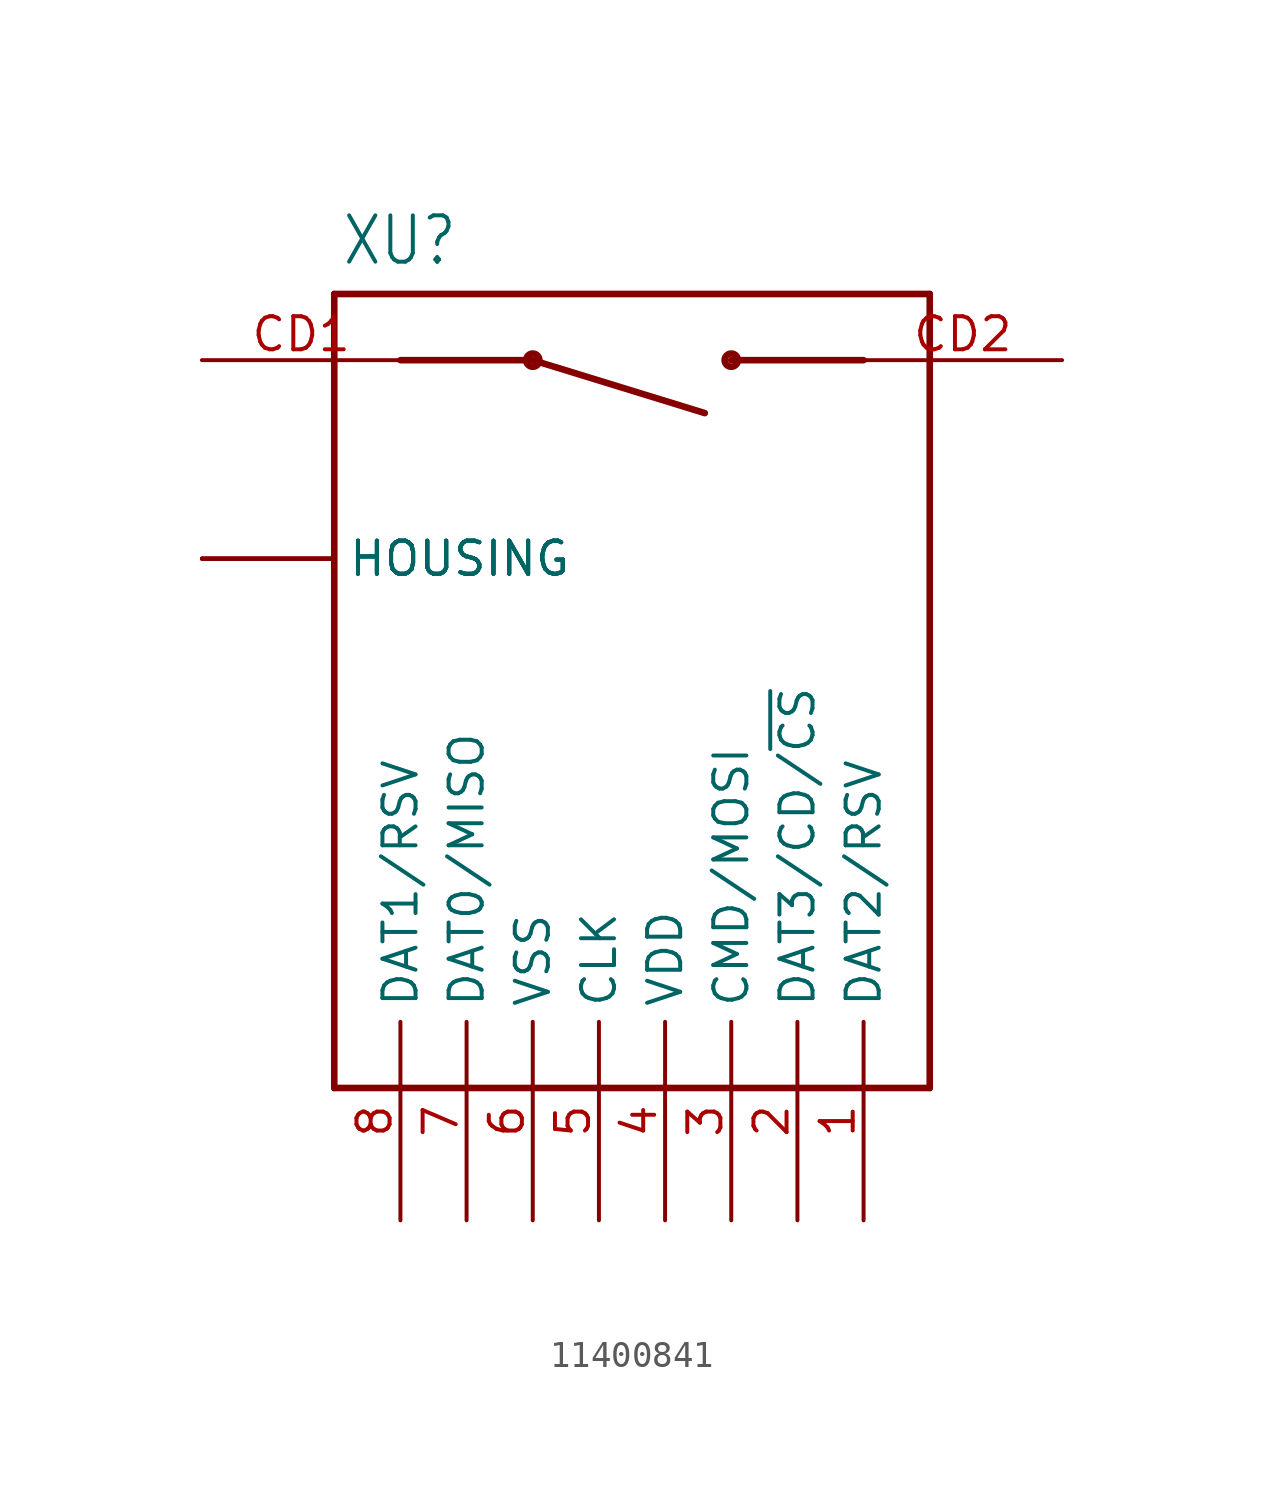
<source format=kicad_sym>
(kicad_symbol_lib
  (version 20231120)
  (generator "kicad_symbol_editor")
  (generator_version "8.0")
  (symbol "11400841"
    (property "Reference" "XU"
      (at -9.906 13.716 0)
      (effects (font (size 1.778 1.511)) (justify left bottom)))
    (property "Value" ""
      (at 1.27 13.716 0)
      (effects (font (size 1.778 1.511)) (justify left bottom)))
    (property "ki_locked" ""
      (at 0 0 0)
      (effects (font (size 1.27 1.27))))
    (symbol "11400841_1_0"
      (circle (center -2.54 10.16) (radius 0.254) (stroke (width 0.254) (type solid)) (fill (type none)))
      (polyline (pts (xy -10.16 -17.78) (xy 12.7 -17.78)) (stroke (width 0.254) (type solid)) (fill (type none)))
      (polyline (pts (xy -10.16 12.7) (xy -10.16 -17.78)) (stroke (width 0.254) (type solid)) (fill (type none)))
      (polyline (pts (xy -7.62 10.16) (xy -2.54 10.16)) (stroke (width 0.254) (type solid)) (fill (type none)))
      (polyline (pts (xy -2.54 10.16) (xy 4.064 8.128)) (stroke (width 0.254) (type solid)) (fill (type none)))
      (polyline (pts (xy 10.16 10.16) (xy 5.08 10.16)) (stroke (width 0.254) (type solid)) (fill (type none)))
      (polyline (pts (xy 12.7 -17.78) (xy 12.7 12.7)) (stroke (width 0.254) (type solid)) (fill (type none)))
      (polyline (pts (xy 12.7 12.7) (xy -10.16 12.7)) (stroke (width 0.254) (type solid)) (fill (type none)))
      (circle (center 5.08 10.16) (radius 0.254) (stroke (width 0.254) (type solid)) (fill (type none)))
      (pin bidirectional line (at 10.16 -22.86 90) (length 7.62) (name "DAT2/RSV" (effects (font (size 1.27 1.27)))) (number "1" (effects (font (size 1.27 1.27)))))
      (pin bidirectional line (at 7.62 -22.86 90) (length 7.62) (name "DAT3/CD/~{CS}" (effects (font (size 1.27 1.27)))) (number "2" (effects (font (size 1.27 1.27)))))
      (pin bidirectional line (at 5.08 -22.86 90) (length 7.62) (name "CMD/MOSI" (effects (font (size 1.27 1.27)))) (number "3" (effects (font (size 1.27 1.27)))))
      (pin power_in line (at 2.54 -22.86 90) (length 7.62) (name "VDD" (effects (font (size 1.27 1.27)))) (number "4" (effects (font (size 1.27 1.27)))))
      (pin bidirectional line (at 0 -22.86 90) (length 7.62) (name "CLK" (effects (font (size 1.27 1.27)))) (number "5" (effects (font (size 1.27 1.27)))))
      (pin power_in line (at -2.54 -22.86 90) (length 7.62) (name "VSS" (effects (font (size 1.27 1.27)))) (number "6" (effects (font (size 1.27 1.27)))))
      (pin bidirectional line (at -5.08 -22.86 90) (length 7.62) (name "DAT0/MISO" (effects (font (size 1.27 1.27)))) (number "7" (effects (font (size 1.27 1.27)))))
      (pin bidirectional line (at -7.62 -22.86 90) (length 7.62) (name "DAT1/RSV" (effects (font (size 1.27 1.27)))) (number "8" (effects (font (size 1.27 1.27)))))
      (pin passive line (at -15.24 10.16 0) (length 7.62) (name "CD1" (effects (font (size 0 0)))) (number "CD1" (effects (font (size 1.27 1.27)))))
      (pin passive line (at 17.78 10.16 180) (length 7.62) (name "CD2" (effects (font (size 0 0)))) (number "CD2" (effects (font (size 1.27 1.27)))))
      (pin power_in line (at -15.24 2.54 0) (length 5.08) (name "HOUSING" (effects (font (size 1.27 1.27)))) (number "H1" (effects (font (size 0 0)))))
      (pin power_in line (at -15.24 2.54 0) (length 5.08) (name "HOUSING" (effects (font (size 1.27 1.27)))) (number "H2" (effects (font (size 0 0)))))
      (pin power_in line (at -15.24 2.54 0) (length 5.08) (name "HOUSING" (effects (font (size 1.27 1.27)))) (number "H3" (effects (font (size 0 0)))))
      (pin power_in line (at -15.24 2.54 0) (length 5.08) (name "HOUSING" (effects (font (size 1.27 1.27)))) (number "H4" (effects (font (size 0 0))))))))
</source>
